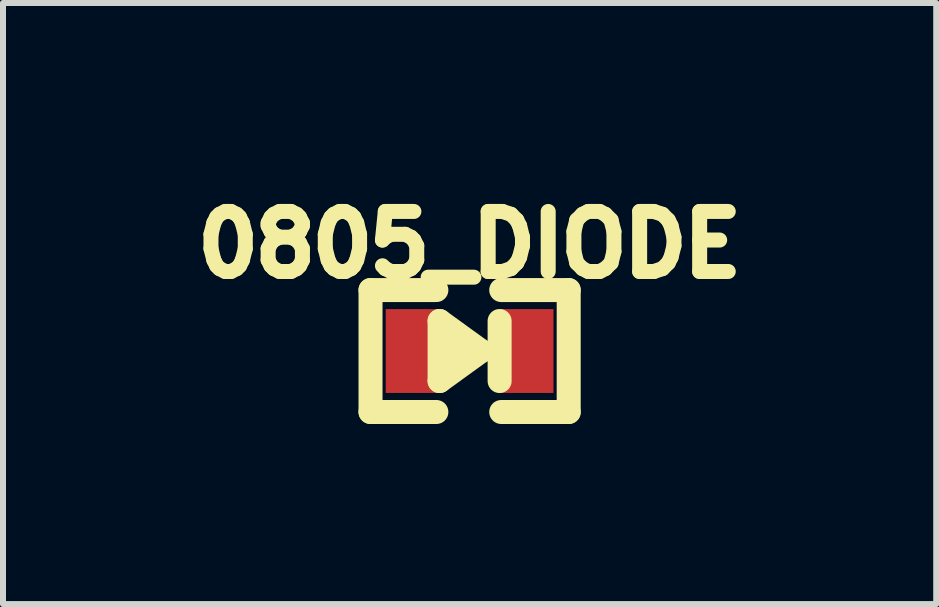
<source format=kicad_pcb>
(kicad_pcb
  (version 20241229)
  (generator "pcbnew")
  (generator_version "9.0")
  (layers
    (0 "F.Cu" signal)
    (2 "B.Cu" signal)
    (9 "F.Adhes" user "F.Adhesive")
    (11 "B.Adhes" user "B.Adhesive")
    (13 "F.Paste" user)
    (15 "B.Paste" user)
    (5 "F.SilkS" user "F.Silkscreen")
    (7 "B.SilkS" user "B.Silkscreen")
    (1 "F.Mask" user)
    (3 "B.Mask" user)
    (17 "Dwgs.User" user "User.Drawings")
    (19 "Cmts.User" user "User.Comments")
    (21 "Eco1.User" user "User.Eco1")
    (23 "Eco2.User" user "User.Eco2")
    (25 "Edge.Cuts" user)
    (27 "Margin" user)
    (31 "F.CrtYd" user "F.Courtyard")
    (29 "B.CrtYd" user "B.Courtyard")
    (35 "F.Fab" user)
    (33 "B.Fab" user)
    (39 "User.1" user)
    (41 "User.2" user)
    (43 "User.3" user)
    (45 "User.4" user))
  (footprint "0805_DIODE"
    (layer "F.Cu")
    (at 4.775 2.799)
    (property "Reference" "0805_DIODE" (at 0 -1.775 0) (layer "F.SilkS") (effects (font (size 1 1) (thickness 0.25))))
    (attr smd)
    (fp_line (start -1.651 -1.016) (end -1.651 1.016) (stroke (width 0.4) (type solid)) (layer "F.SilkS"))
    (fp_line (start -1.651 1.016) (end -0.554 1.016) (stroke (width 0.4) (type solid)) (layer "F.SilkS"))
    (fp_line (start -0.554 -1.016) (end -1.651 -1.016) (stroke (width 0.4) (type solid)) (layer "F.SilkS"))
    (fp_line (start -0.5 -0.5) (end -0.5 0.5) (stroke (width 0.4) (type solid)) (layer "F.SilkS"))
    (fp_line (start -0.5 0.5) (end 0.191 0) (stroke (width 0.4) (type solid)) (layer "F.SilkS"))
    (fp_line (start -0.3 -0.1) (end -0.3 0.1) (stroke (width 0.4) (type solid)) (layer "F.SilkS"))
    (fp_line (start 0.191 0) (end -0.5 -0.5) (stroke (width 0.4) (type solid)) (layer "F.SilkS"))
    (fp_line (start 0.5 -0.5) (end 0.5 0.5) (stroke (width 0.4) (type solid)) (layer "F.SilkS"))
    (fp_line (start 0.527 -1.016) (end 1.651 -1.016) (stroke (width 0.4) (type solid)) (layer "F.SilkS"))
    (fp_line (start 1.651 -1.016) (end 1.651 1.016) (stroke (width 0.4) (type solid)) (layer "F.SilkS"))
    (fp_line (start 1.651 1.016) (end 0.527 1.016) (stroke (width 0.4) (type solid)) (layer "F.SilkS"))
    (pad "1" smd rect (at -0.953 0) (size 0.889 1.397) (layers "F.Cu" "F.Mask" "F.Paste"))
    (pad "2" smd rect (at 0.953 0) (size 0.889 1.397) (layers "F.Cu" "F.Mask" "F.Paste")))
  (gr_rect
    (start -3 -3)
    (end 12.55 7.015)
    (stroke (width 0.1) (type default))
    (fill no)
    (layer "Edge.Cuts")))
</source>
